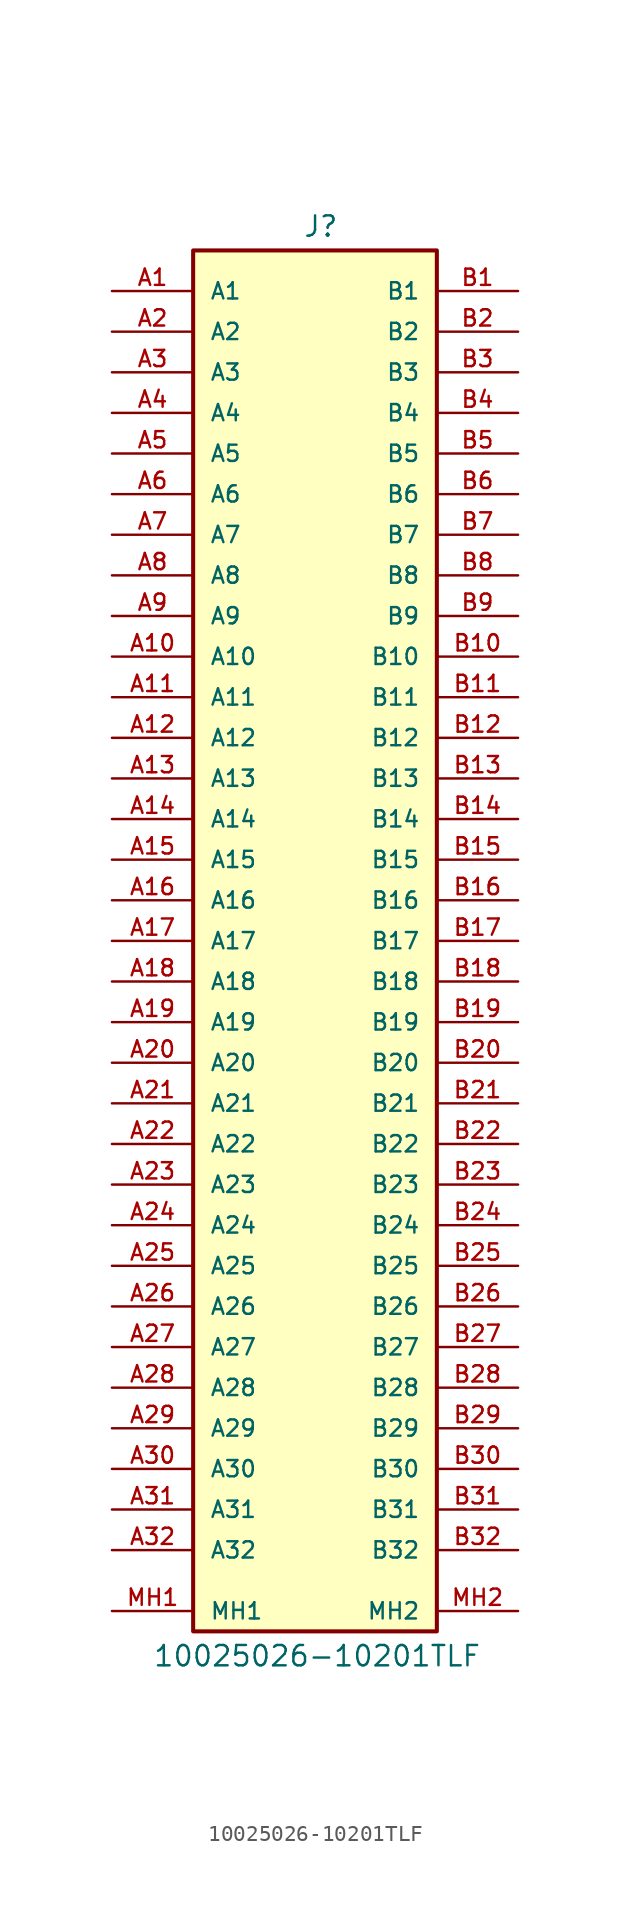
<source format=kicad_sym>
(kicad_symbol_lib
  (version 20231120)
  (generator "kicad_symbol_editor")
  (generator_version "8.0")
  (symbol "10025026-10201TLF"
    (pin_names
      (offset 1.016))
    (property "Reference" "J"
      (at -0.762 41.402 0)
      (effects (font (size 1.27 1.27)) (justify left bottom)))
    (property "Value" "10025026-10201TLF"
      (at -10.16 -48.006 0)
      (do_not_autoplace)
      (effects (font (size 1.27 1.27)) (justify left bottom)))
    (symbol "10025026-10201TLF_0_0"
      (rectangle (start -7.62 40.64) (end 7.62 -45.72) (stroke (width 0.254) (type default)) (fill (type background)))
      (pin passive line (at -12.7 38.1 0) (length 5.08) (name "A1" (effects (font (size 1.016 1.016)))) (number "A1" (effects (font (size 1.016 1.016)))))
      (pin passive line (at -12.7 15.24 0) (length 5.08) (name "A10" (effects (font (size 1.016 1.016)))) (number "A10" (effects (font (size 1.016 1.016)))))
      (pin passive line (at -12.7 12.7 0) (length 5.08) (name "A11" (effects (font (size 1.016 1.016)))) (number "A11" (effects (font (size 1.016 1.016)))))
      (pin passive line (at -12.7 10.16 0) (length 5.08) (name "A12" (effects (font (size 1.016 1.016)))) (number "A12" (effects (font (size 1.016 1.016)))))
      (pin passive line (at -12.7 7.62 0) (length 5.08) (name "A13" (effects (font (size 1.016 1.016)))) (number "A13" (effects (font (size 1.016 1.016)))))
      (pin passive line (at -12.7 5.08 0) (length 5.08) (name "A14" (effects (font (size 1.016 1.016)))) (number "A14" (effects (font (size 1.016 1.016)))))
      (pin passive line (at -12.7 2.54 0) (length 5.08) (name "A15" (effects (font (size 1.016 1.016)))) (number "A15" (effects (font (size 1.016 1.016)))))
      (pin passive line (at -12.7 0 0) (length 5.08) (name "A16" (effects (font (size 1.016 1.016)))) (number "A16" (effects (font (size 1.016 1.016)))))
      (pin passive line (at -12.7 -2.54 0) (length 5.08) (name "A17" (effects (font (size 1.016 1.016)))) (number "A17" (effects (font (size 1.016 1.016)))))
      (pin passive line (at -12.7 -5.08 0) (length 5.08) (name "A18" (effects (font (size 1.016 1.016)))) (number "A18" (effects (font (size 1.016 1.016)))))
      (pin passive line (at -12.7 -7.62 0) (length 5.08) (name "A19" (effects (font (size 1.016 1.016)))) (number "A19" (effects (font (size 1.016 1.016)))))
      (pin passive line (at -12.7 35.56 0) (length 5.08) (name "A2" (effects (font (size 1.016 1.016)))) (number "A2" (effects (font (size 1.016 1.016)))))
      (pin passive line (at -12.7 -10.16 0) (length 5.08) (name "A20" (effects (font (size 1.016 1.016)))) (number "A20" (effects (font (size 1.016 1.016)))))
      (pin passive line (at -12.7 -12.7 0) (length 5.08) (name "A21" (effects (font (size 1.016 1.016)))) (number "A21" (effects (font (size 1.016 1.016)))))
      (pin passive line (at -12.7 -15.24 0) (length 5.08) (name "A22" (effects (font (size 1.016 1.016)))) (number "A22" (effects (font (size 1.016 1.016)))))
      (pin passive line (at -12.7 -17.78 0) (length 5.08) (name "A23" (effects (font (size 1.016 1.016)))) (number "A23" (effects (font (size 1.016 1.016)))))
      (pin passive line (at -12.7 -20.32 0) (length 5.08) (name "A24" (effects (font (size 1.016 1.016)))) (number "A24" (effects (font (size 1.016 1.016)))))
      (pin passive line (at -12.7 -22.86 0) (length 5.08) (name "A25" (effects (font (size 1.016 1.016)))) (number "A25" (effects (font (size 1.016 1.016)))))
      (pin passive line (at -12.7 -25.4 0) (length 5.08) (name "A26" (effects (font (size 1.016 1.016)))) (number "A26" (effects (font (size 1.016 1.016)))))
      (pin passive line (at -12.7 -27.94 0) (length 5.08) (name "A27" (effects (font (size 1.016 1.016)))) (number "A27" (effects (font (size 1.016 1.016)))))
      (pin passive line (at -12.7 -30.48 0) (length 5.08) (name "A28" (effects (font (size 1.016 1.016)))) (number "A28" (effects (font (size 1.016 1.016)))))
      (pin passive line (at -12.7 -33.02 0) (length 5.08) (name "A29" (effects (font (size 1.016 1.016)))) (number "A29" (effects (font (size 1.016 1.016)))))
      (pin passive line (at -12.7 33.02 0) (length 5.08) (name "A3" (effects (font (size 1.016 1.016)))) (number "A3" (effects (font (size 1.016 1.016)))))
      (pin passive line (at -12.7 -35.56 0) (length 5.08) (name "A30" (effects (font (size 1.016 1.016)))) (number "A30" (effects (font (size 1.016 1.016)))))
      (pin passive line (at -12.7 -38.1 0) (length 5.08) (name "A31" (effects (font (size 1.016 1.016)))) (number "A31" (effects (font (size 1.016 1.016)))))
      (pin passive line (at -12.7 -40.64 0) (length 5.08) (name "A32" (effects (font (size 1.016 1.016)))) (number "A32" (effects (font (size 1.016 1.016)))))
      (pin passive line (at -12.7 30.48 0) (length 5.08) (name "A4" (effects (font (size 1.016 1.016)))) (number "A4" (effects (font (size 1.016 1.016)))))
      (pin passive line (at -12.7 27.94 0) (length 5.08) (name "A5" (effects (font (size 1.016 1.016)))) (number "A5" (effects (font (size 1.016 1.016)))))
      (pin passive line (at -12.7 25.4 0) (length 5.08) (name "A6" (effects (font (size 1.016 1.016)))) (number "A6" (effects (font (size 1.016 1.016)))))
      (pin passive line (at -12.7 22.86 0) (length 5.08) (name "A7" (effects (font (size 1.016 1.016)))) (number "A7" (effects (font (size 1.016 1.016)))))
      (pin passive line (at -12.7 20.32 0) (length 5.08) (name "A8" (effects (font (size 1.016 1.016)))) (number "A8" (effects (font (size 1.016 1.016)))))
      (pin passive line (at -12.7 17.78 0) (length 5.08) (name "A9" (effects (font (size 1.016 1.016)))) (number "A9" (effects (font (size 1.016 1.016)))))
      (pin passive line (at 12.7 38.1 180) (length 5.08) (name "B1" (effects (font (size 1.016 1.016)))) (number "B1" (effects (font (size 1.016 1.016)))))
      (pin passive line (at 12.7 15.24 180) (length 5.08) (name "B10" (effects (font (size 1.016 1.016)))) (number "B10" (effects (font (size 1.016 1.016)))))
      (pin passive line (at 12.7 12.7 180) (length 5.08) (name "B11" (effects (font (size 1.016 1.016)))) (number "B11" (effects (font (size 1.016 1.016)))))
      (pin passive line (at 12.7 10.16 180) (length 5.08) (name "B12" (effects (font (size 1.016 1.016)))) (number "B12" (effects (font (size 1.016 1.016)))))
      (pin passive line (at 12.7 7.62 180) (length 5.08) (name "B13" (effects (font (size 1.016 1.016)))) (number "B13" (effects (font (size 1.016 1.016)))))
      (pin passive line (at 12.7 5.08 180) (length 5.08) (name "B14" (effects (font (size 1.016 1.016)))) (number "B14" (effects (font (size 1.016 1.016)))))
      (pin passive line (at 12.7 2.54 180) (length 5.08) (name "B15" (effects (font (size 1.016 1.016)))) (number "B15" (effects (font (size 1.016 1.016)))))
      (pin passive line (at 12.7 0 180) (length 5.08) (name "B16" (effects (font (size 1.016 1.016)))) (number "B16" (effects (font (size 1.016 1.016)))))
      (pin passive line (at 12.7 -2.54 180) (length 5.08) (name "B17" (effects (font (size 1.016 1.016)))) (number "B17" (effects (font (size 1.016 1.016)))))
      (pin passive line (at 12.7 -5.08 180) (length 5.08) (name "B18" (effects (font (size 1.016 1.016)))) (number "B18" (effects (font (size 1.016 1.016)))))
      (pin passive line (at 12.7 -7.62 180) (length 5.08) (name "B19" (effects (font (size 1.016 1.016)))) (number "B19" (effects (font (size 1.016 1.016)))))
      (pin passive line (at 12.7 35.56 180) (length 5.08) (name "B2" (effects (font (size 1.016 1.016)))) (number "B2" (effects (font (size 1.016 1.016)))))
      (pin passive line (at 12.7 -10.16 180) (length 5.08) (name "B20" (effects (font (size 1.016 1.016)))) (number "B20" (effects (font (size 1.016 1.016)))))
      (pin passive line (at 12.7 -12.7 180) (length 5.08) (name "B21" (effects (font (size 1.016 1.016)))) (number "B21" (effects (font (size 1.016 1.016)))))
      (pin passive line (at 12.7 -15.24 180) (length 5.08) (name "B22" (effects (font (size 1.016 1.016)))) (number "B22" (effects (font (size 1.016 1.016)))))
      (pin passive line (at 12.7 -17.78 180) (length 5.08) (name "B23" (effects (font (size 1.016 1.016)))) (number "B23" (effects (font (size 1.016 1.016)))))
      (pin passive line (at 12.7 -20.32 180) (length 5.08) (name "B24" (effects (font (size 1.016 1.016)))) (number "B24" (effects (font (size 1.016 1.016)))))
      (pin passive line (at 12.7 -22.86 180) (length 5.08) (name "B25" (effects (font (size 1.016 1.016)))) (number "B25" (effects (font (size 1.016 1.016)))))
      (pin passive line (at 12.7 -25.4 180) (length 5.08) (name "B26" (effects (font (size 1.016 1.016)))) (number "B26" (effects (font (size 1.016 1.016)))))
      (pin passive line (at 12.7 -27.94 180) (length 5.08) (name "B27" (effects (font (size 1.016 1.016)))) (number "B27" (effects (font (size 1.016 1.016)))))
      (pin passive line (at 12.7 -30.48 180) (length 5.08) (name "B28" (effects (font (size 1.016 1.016)))) (number "B28" (effects (font (size 1.016 1.016)))))
      (pin passive line (at 12.7 -33.02 180) (length 5.08) (name "B29" (effects (font (size 1.016 1.016)))) (number "B29" (effects (font (size 1.016 1.016)))))
      (pin passive line (at 12.7 33.02 180) (length 5.08) (name "B3" (effects (font (size 1.016 1.016)))) (number "B3" (effects (font (size 1.016 1.016)))))
      (pin passive line (at 12.7 -35.56 180) (length 5.08) (name "B30" (effects (font (size 1.016 1.016)))) (number "B30" (effects (font (size 1.016 1.016)))))
      (pin passive line (at 12.7 -38.1 180) (length 5.08) (name "B31" (effects (font (size 1.016 1.016)))) (number "B31" (effects (font (size 1.016 1.016)))))
      (pin passive line (at 12.7 -40.64 180) (length 5.08) (name "B32" (effects (font (size 1.016 1.016)))) (number "B32" (effects (font (size 1.016 1.016)))))
      (pin passive line (at 12.7 30.48 180) (length 5.08) (name "B4" (effects (font (size 1.016 1.016)))) (number "B4" (effects (font (size 1.016 1.016)))))
      (pin passive line (at 12.7 27.94 180) (length 5.08) (name "B5" (effects (font (size 1.016 1.016)))) (number "B5" (effects (font (size 1.016 1.016)))))
      (pin passive line (at 12.7 25.4 180) (length 5.08) (name "B6" (effects (font (size 1.016 1.016)))) (number "B6" (effects (font (size 1.016 1.016)))))
      (pin passive line (at 12.7 22.86 180) (length 5.08) (name "B7" (effects (font (size 1.016 1.016)))) (number "B7" (effects (font (size 1.016 1.016)))))
      (pin passive line (at 12.7 20.32 180) (length 5.08) (name "B8" (effects (font (size 1.016 1.016)))) (number "B8" (effects (font (size 1.016 1.016)))))
      (pin passive line (at 12.7 17.78 180) (length 5.08) (name "B9" (effects (font (size 1.016 1.016)))) (number "B9" (effects (font (size 1.016 1.016))))))
    (symbol "10025026-10201TLF_1_0"
      (pin passive line (at -12.7 -44.45 0) (length 5.08) (name "MH1" (effects (font (size 1.016 1.016)))) (number "MH1" (effects (font (size 1.016 1.016)))))
      (pin passive line (at 12.7 -44.45 180) (length 5.08) (name "MH2" (effects (font (size 1.016 1.016)))) (number "MH2" (effects (font (size 1.016 1.016))))))))
</source>
